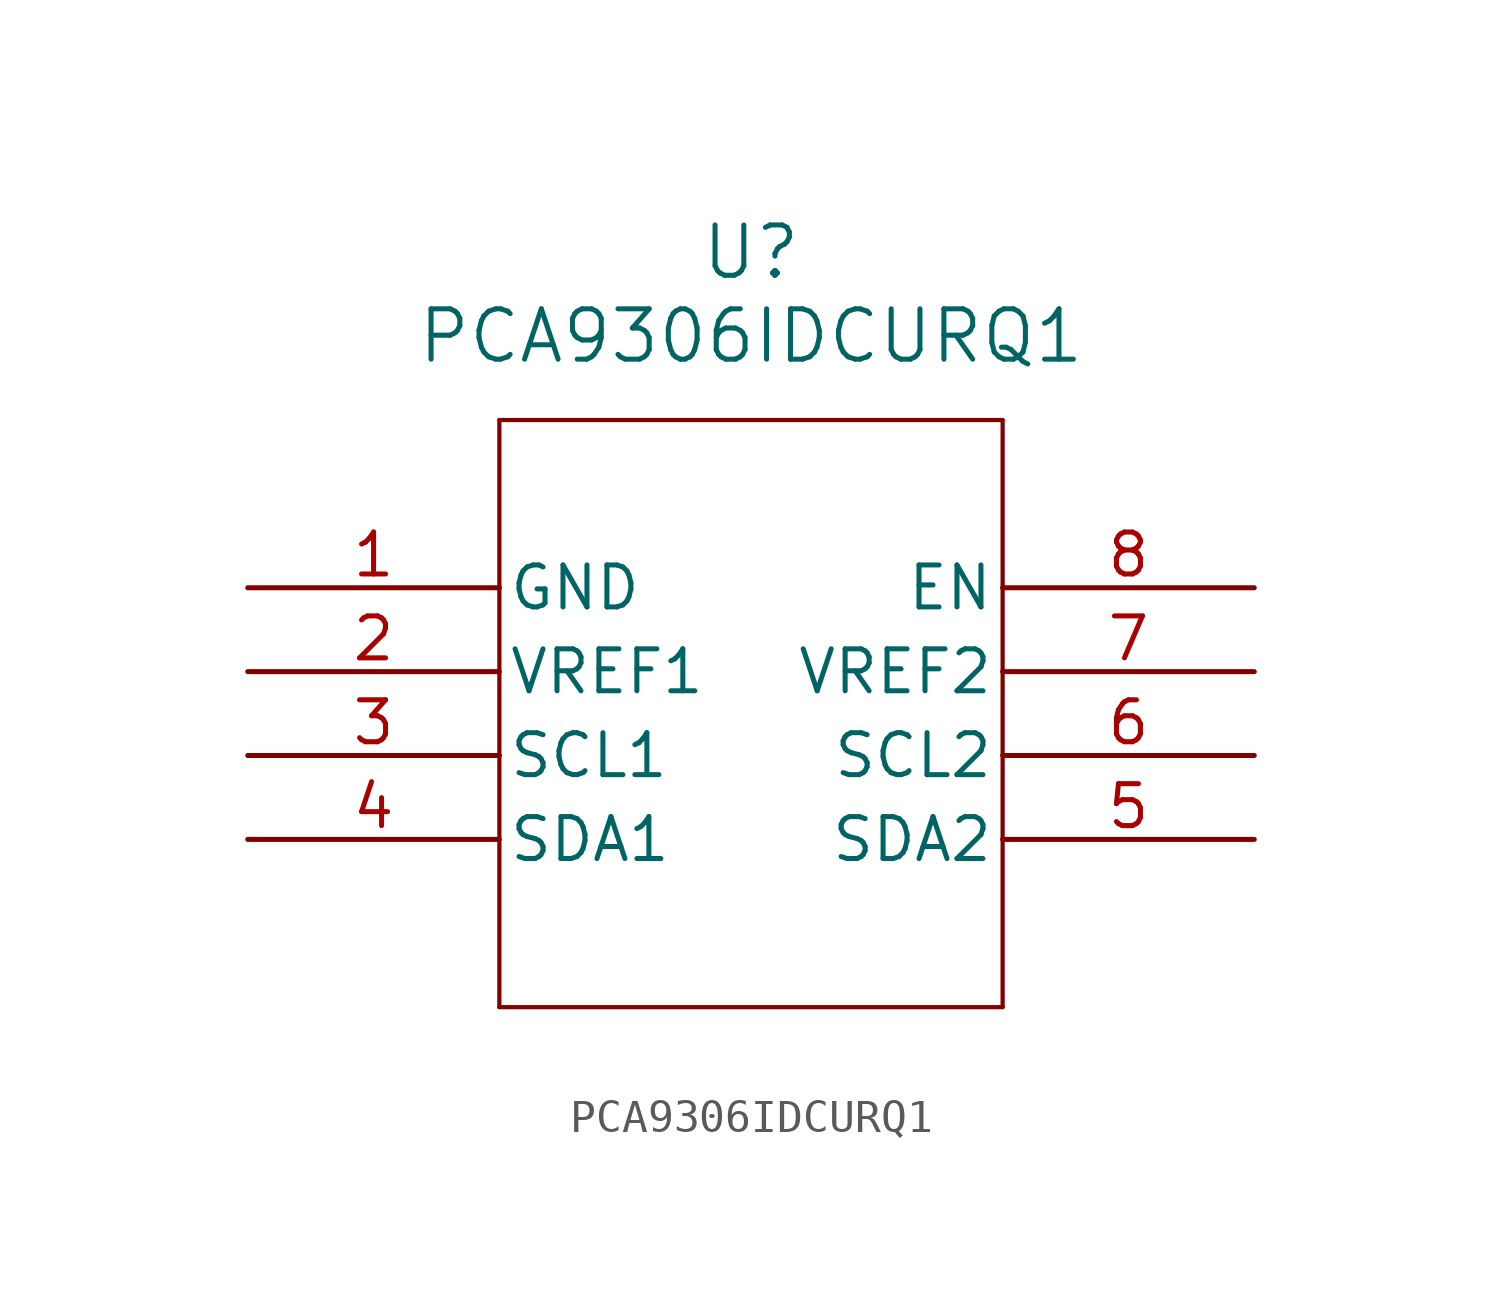
<source format=kicad_sym>
(kicad_symbol_lib
  (version 20220914)
  (generator kicad_symbol_editor)
  (symbol "PCA9306IDCURQ1"
    (pin_names
      (offset 0.254))
    (property "Reference" "U"
      (at 15.24 10.16 0)
      (effects (font (size 1.524 1.524))))
    (property "Value" "PCA9306IDCURQ1"
      (at 15.24 7.62 0)
      (effects (font (size 1.524 1.524))))
    (symbol "PCA9306IDCURQ1_0_1"
      (polyline (pts (xy 7.62 -12.7) (xy 22.86 -12.7)) (stroke (width 0.127) (type default)) (fill (type none)))
      (polyline (pts (xy 7.62 5.08) (xy 7.62 -12.7)) (stroke (width 0.127) (type default)) (fill (type none)))
      (polyline (pts (xy 22.86 -12.7) (xy 22.86 5.08)) (stroke (width 0.127) (type default)) (fill (type none)))
      (polyline (pts (xy 22.86 5.08) (xy 7.62 5.08)) (stroke (width 0.127) (type default)) (fill (type none)))
      (pin power_in line (at 0 0 0) (length 7.62) (name "GND" (effects (font (size 1.27 1.27)))) (number "1" (effects (font (size 1.27 1.27)))))
      (pin power_in line (at 0 -2.54 0) (length 7.62) (name "VREF1" (effects (font (size 1.27 1.27)))) (number "2" (effects (font (size 1.27 1.27)))))
      (pin unspecified line (at 0 -5.08 0) (length 7.62) (name "SCL1" (effects (font (size 1.27 1.27)))) (number "3" (effects (font (size 1.27 1.27)))))
      (pin unspecified line (at 0 -7.62 0) (length 7.62) (name "SDA1" (effects (font (size 1.27 1.27)))) (number "4" (effects (font (size 1.27 1.27)))))
      (pin unspecified line (at 30.48 -7.62 180) (length 7.62) (name "SDA2" (effects (font (size 1.27 1.27)))) (number "5" (effects (font (size 1.27 1.27)))))
      (pin unspecified line (at 30.48 -5.08 180) (length 7.62) (name "SCL2" (effects (font (size 1.27 1.27)))) (number "6" (effects (font (size 1.27 1.27)))))
      (pin power_in line (at 30.48 -2.54 180) (length 7.62) (name "VREF2" (effects (font (size 1.27 1.27)))) (number "7" (effects (font (size 1.27 1.27)))))
      (pin unspecified line (at 30.48 0 180) (length 7.62) (name "EN" (effects (font (size 1.27 1.27)))) (number "8" (effects (font (size 1.27 1.27))))))))
</source>
